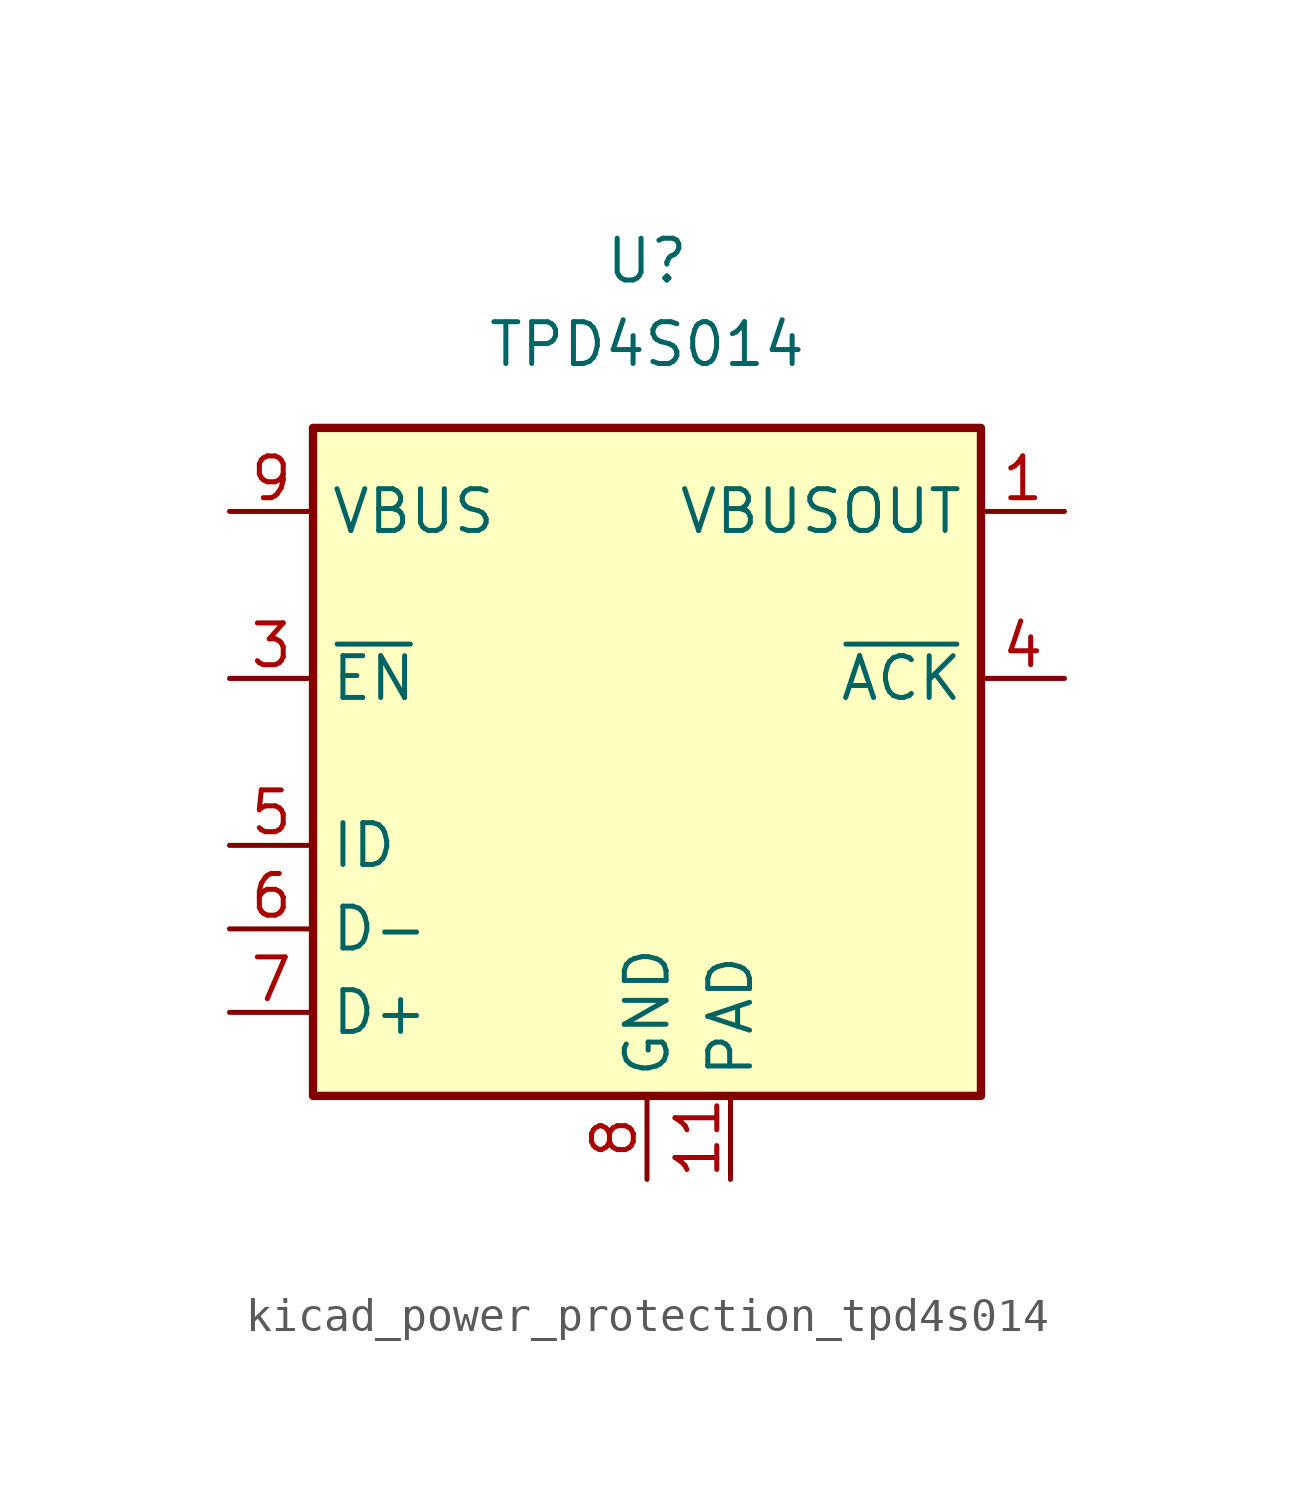
<source format=kicad_sym>
(kicad_symbol_lib
  (version 20220914)
  (generator kicad_symbol_editor)
  (symbol "kicad_power_protection_tpd4s014"
    (property "Reference" "U"
      (at 0 15.24 0)
      (effects (font (size 1.27 1.27))))
    (property "Value" "TPD4S014"
      (at 0 12.7 0)
      (effects (font (size 1.27 1.27))))
    (symbol "kicad_power_protection_tpd4s014_0_1"
      (rectangle (start -10.16 10.16) (end 10.16 -10.16) (stroke (width 0.254) (type default)) (fill (type background))))
    (symbol "kicad_power_protection_tpd4s014_1_1"
      (pin power_out line (at 12.7 7.62 180) (length 2.54) (name "VBUSOUT" (effects (font (size 1.27 1.27)))) (number "1" (effects (font (size 1.27 1.27)))))
      (pin passive line (at -12.7 7.62 0) (length 2.54) hide (name "VBUS" (effects (font (size 1.27 1.27)))) (number "10" (effects (font (size 1.27 1.27)))))
      (pin power_in line (at 2.54 -12.7 90) (length 2.54) (name "PAD" (effects (font (size 1.27 1.27)))) (number "11" (effects (font (size 1.27 1.27)))))
      (pin passive line (at 12.7 7.62 180) (length 2.54) hide (name "VBUSOUT" (effects (font (size 1.27 1.27)))) (number "2" (effects (font (size 1.27 1.27)))))
      (pin input line (at -12.7 2.54 0) (length 2.54) (name "~{EN}" (effects (font (size 1.27 1.27)))) (number "3" (effects (font (size 1.27 1.27)))))
      (pin open_collector line (at 12.7 2.54 180) (length 2.54) (name "~{ACK}" (effects (font (size 1.27 1.27)))) (number "4" (effects (font (size 1.27 1.27)))))
      (pin passive line (at -12.7 -2.54 0) (length 2.54) (name "ID" (effects (font (size 1.27 1.27)))) (number "5" (effects (font (size 1.27 1.27)))))
      (pin passive line (at -12.7 -5.08 0) (length 2.54) (name "D-" (effects (font (size 1.27 1.27)))) (number "6" (effects (font (size 1.27 1.27)))))
      (pin passive line (at -12.7 -7.62 0) (length 2.54) (name "D+" (effects (font (size 1.27 1.27)))) (number "7" (effects (font (size 1.27 1.27)))))
      (pin power_in line (at 0 -12.7 90) (length 2.54) (name "GND" (effects (font (size 1.27 1.27)))) (number "8" (effects (font (size 1.27 1.27)))))
      (pin power_in line (at -12.7 7.62 0) (length 2.54) (name "VBUS" (effects (font (size 1.27 1.27)))) (number "9" (effects (font (size 1.27 1.27))))))))
</source>
